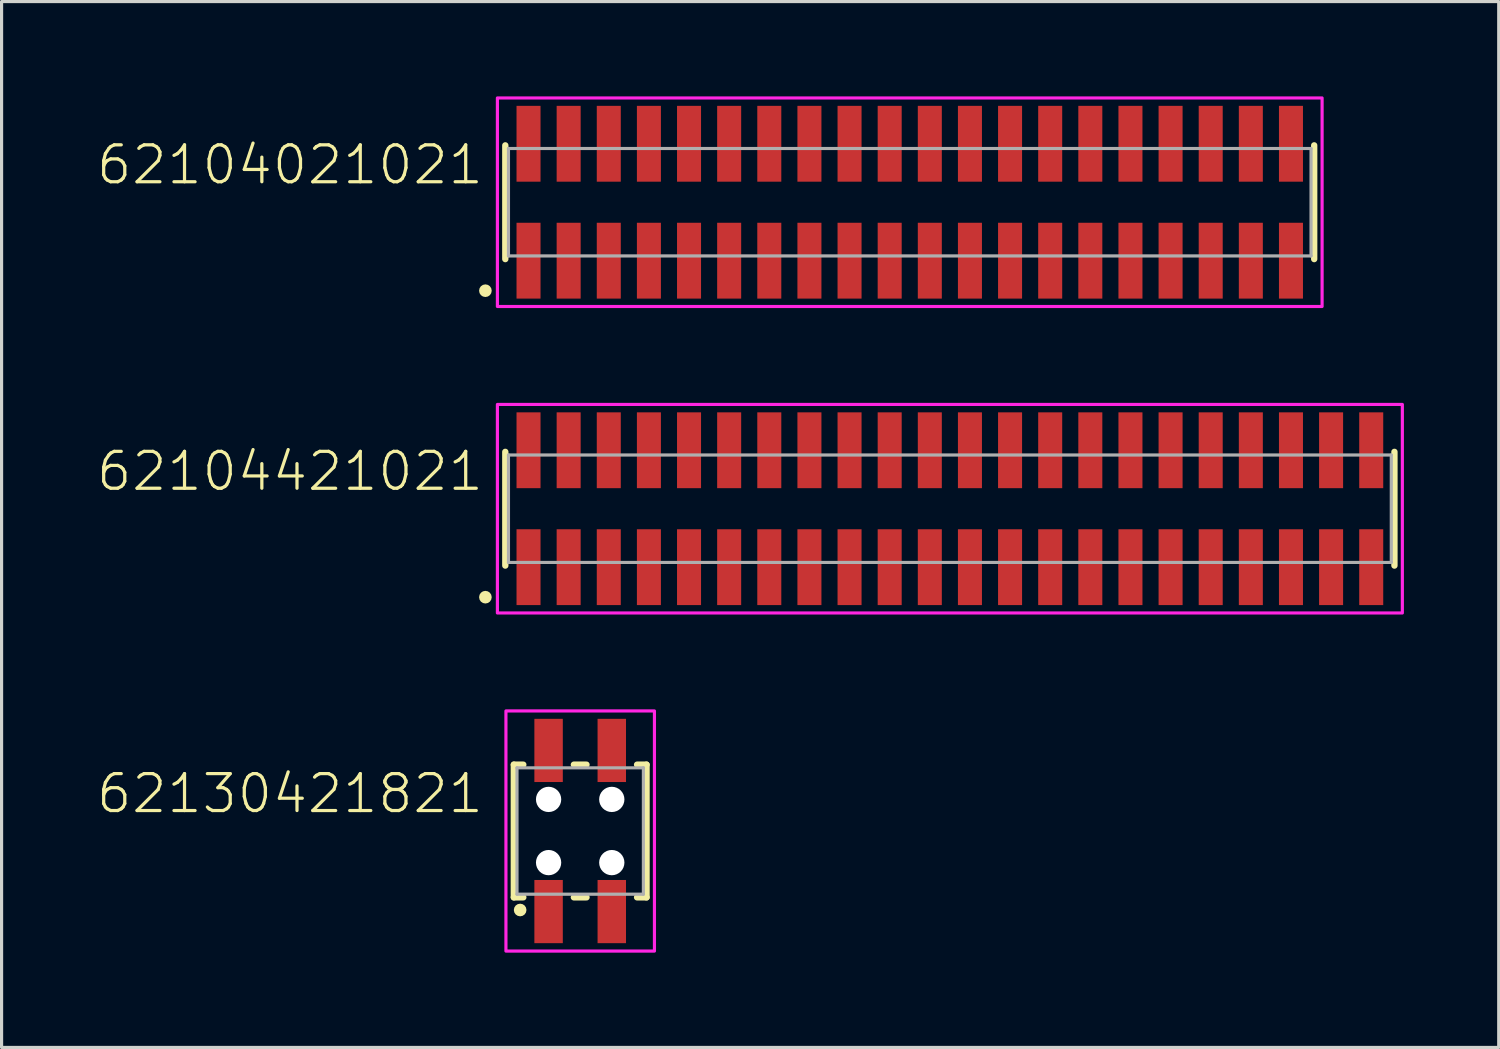
<source format=kicad_pcb>
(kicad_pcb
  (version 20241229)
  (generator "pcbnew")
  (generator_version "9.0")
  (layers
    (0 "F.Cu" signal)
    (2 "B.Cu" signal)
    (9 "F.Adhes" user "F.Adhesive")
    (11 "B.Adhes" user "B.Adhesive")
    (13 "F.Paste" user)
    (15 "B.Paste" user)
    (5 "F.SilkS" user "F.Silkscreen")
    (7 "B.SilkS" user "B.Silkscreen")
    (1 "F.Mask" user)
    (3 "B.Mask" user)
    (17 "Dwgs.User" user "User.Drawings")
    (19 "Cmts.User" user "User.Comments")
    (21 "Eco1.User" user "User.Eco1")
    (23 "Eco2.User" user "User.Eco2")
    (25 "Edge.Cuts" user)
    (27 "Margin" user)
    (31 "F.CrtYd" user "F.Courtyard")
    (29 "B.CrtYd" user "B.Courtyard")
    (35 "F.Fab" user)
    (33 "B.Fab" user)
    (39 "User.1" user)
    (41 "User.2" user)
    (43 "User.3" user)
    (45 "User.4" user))
  (footprint "62104421021"
    (layer "F.Cu")
    (at 27.012 13.05)
    (property "Reference" "62104421021" (at -14.7 -0.5 0) (unlocked yes) (layer "F.SilkS") (effects (font (size 1.168 1.168) (thickness 0.102)) (justify right bottom)))
    (fp_line (start -14.07 -1.8) (end -14.07 1.8) (stroke (width 0.2) (type solid)) (layer "F.SilkS"))
    (fp_line (start 14.07 1.8) (end 14.07 -1.8) (stroke (width 0.2) (type solid)) (layer "F.SilkS"))
    (fp_circle (center -14.7 2.8) (end -14.6 2.8) (stroke (width 0.2) (type solid)) (fill no) (layer "F.SilkS"))
    (fp_poly (pts (xy 14.32 3.3) (xy -14.32 3.3) (xy -14.32 -3.3) (xy 14.32 -3.3)) (stroke (width 0.1) (type default)) (fill no) (layer "F.CrtYd"))
    (fp_line (start -13.97 -1.7) (end -13.97 1.7) (stroke (width 0.1) (type solid)) (layer "F.Fab"))
    (fp_line (start -13.97 1.7) (end 13.97 1.7) (stroke (width 0.1) (type solid)) (layer "F.Fab"))
    (fp_line (start 13.97 -1.7) (end -13.97 -1.7) (stroke (width 0.1) (type solid)) (layer "F.Fab"))
    (fp_line (start 13.97 1.7) (end 13.97 -1.7) (stroke (width 0.1) (type solid)) (layer "F.Fab"))
    (pad "1" smd rect (at -13.335 1.85) (size 0.76 2.4) (layers "F.Cu" "F.Mask" "F.Paste"))
    (pad "2" smd rect (at -13.335 -1.85) (size 0.76 2.4) (layers "F.Cu" "F.Mask" "F.Paste"))
    (pad "3" smd rect (at -12.065 1.85) (size 0.76 2.4) (layers "F.Cu" "F.Mask" "F.Paste"))
    (pad "4" smd rect (at -12.065 -1.85) (size 0.76 2.4) (layers "F.Cu" "F.Mask" "F.Paste"))
    (pad "5" smd rect (at -10.795 1.85) (size 0.76 2.4) (layers "F.Cu" "F.Mask" "F.Paste"))
    (pad "6" smd rect (at -10.795 -1.85) (size 0.76 2.4) (layers "F.Cu" "F.Mask" "F.Paste"))
    (pad "7" smd rect (at -9.525 1.85) (size 0.76 2.4) (layers "F.Cu" "F.Mask" "F.Paste"))
    (pad "8" smd rect (at -9.525 -1.85) (size 0.76 2.4) (layers "F.Cu" "F.Mask" "F.Paste"))
    (pad "9" smd rect (at -8.255 1.85) (size 0.76 2.4) (layers "F.Cu" "F.Mask" "F.Paste"))
    (pad "10" smd rect (at -8.255 -1.85) (size 0.76 2.4) (layers "F.Cu" "F.Mask" "F.Paste"))
    (pad "11" smd rect (at -6.985 1.85) (size 0.76 2.4) (layers "F.Cu" "F.Mask" "F.Paste"))
    (pad "12" smd rect (at -6.985 -1.85) (size 0.76 2.4) (layers "F.Cu" "F.Mask" "F.Paste"))
    (pad "13" smd rect (at -5.715 1.85) (size 0.76 2.4) (layers "F.Cu" "F.Mask" "F.Paste"))
    (pad "14" smd rect (at -5.715 -1.85) (size 0.76 2.4) (layers "F.Cu" "F.Mask" "F.Paste"))
    (pad "15" smd rect (at -4.445 1.85) (size 0.76 2.4) (layers "F.Cu" "F.Mask" "F.Paste"))
    (pad "16" smd rect (at -4.445 -1.85) (size 0.76 2.4) (layers "F.Cu" "F.Mask" "F.Paste"))
    (pad "17" smd rect (at -3.175 1.85) (size 0.76 2.4) (layers "F.Cu" "F.Mask" "F.Paste"))
    (pad "18" smd rect (at -3.175 -1.85) (size 0.76 2.4) (layers "F.Cu" "F.Mask" "F.Paste"))
    (pad "19" smd rect (at -1.905 1.85) (size 0.76 2.4) (layers "F.Cu" "F.Mask" "F.Paste"))
    (pad "20" smd rect (at -1.905 -1.85) (size 0.76 2.4) (layers "F.Cu" "F.Mask" "F.Paste"))
    (pad "21" smd rect (at -0.635 1.85) (size 0.76 2.4) (layers "F.Cu" "F.Mask" "F.Paste"))
    (pad "22" smd rect (at -0.635 -1.85) (size 0.76 2.4) (layers "F.Cu" "F.Mask" "F.Paste"))
    (pad "23" smd rect (at 0.635 1.85) (size 0.76 2.4) (layers "F.Cu" "F.Mask" "F.Paste"))
    (pad "24" smd rect (at 0.635 -1.85) (size 0.76 2.4) (layers "F.Cu" "F.Mask" "F.Paste"))
    (pad "25" smd rect (at 1.905 1.85) (size 0.76 2.4) (layers "F.Cu" "F.Mask" "F.Paste"))
    (pad "26" smd rect (at 1.905 -1.85) (size 0.76 2.4) (layers "F.Cu" "F.Mask" "F.Paste"))
    (pad "27" smd rect (at 3.175 1.85) (size 0.76 2.4) (layers "F.Cu" "F.Mask" "F.Paste"))
    (pad "28" smd rect (at 3.175 -1.85) (size 0.76 2.4) (layers "F.Cu" "F.Mask" "F.Paste"))
    (pad "29" smd rect (at 4.445 1.85) (size 0.76 2.4) (layers "F.Cu" "F.Mask" "F.Paste"))
    (pad "30" smd rect (at 4.445 -1.85) (size 0.76 2.4) (layers "F.Cu" "F.Mask" "F.Paste"))
    (pad "31" smd rect (at 5.715 1.85) (size 0.76 2.4) (layers "F.Cu" "F.Mask" "F.Paste"))
    (pad "32" smd rect (at 5.715 -1.85) (size 0.76 2.4) (layers "F.Cu" "F.Mask" "F.Paste"))
    (pad "33" smd rect (at 6.985 1.85) (size 0.76 2.4) (layers "F.Cu" "F.Mask" "F.Paste"))
    (pad "34" smd rect (at 6.985 -1.85) (size 0.76 2.4) (layers "F.Cu" "F.Mask" "F.Paste"))
    (pad "35" smd rect (at 8.255 1.85) (size 0.76 2.4) (layers "F.Cu" "F.Mask" "F.Paste"))
    (pad "36" smd rect (at 8.255 -1.85) (size 0.76 2.4) (layers "F.Cu" "F.Mask" "F.Paste"))
    (pad "37" smd rect (at 9.525 1.85) (size 0.76 2.4) (layers "F.Cu" "F.Mask" "F.Paste"))
    (pad "38" smd rect (at 9.525 -1.85) (size 0.76 2.4) (layers "F.Cu" "F.Mask" "F.Paste"))
    (pad "39" smd rect (at 10.795 1.85) (size 0.76 2.4) (layers "F.Cu" "F.Mask" "F.Paste"))
    (pad "40" smd rect (at 10.795 -1.85) (size 0.76 2.4) (layers "F.Cu" "F.Mask" "F.Paste"))
    (pad "41" smd rect (at 12.065 1.85) (size 0.76 2.4) (layers "F.Cu" "F.Mask" "F.Paste"))
    (pad "42" smd rect (at 12.065 -1.85) (size 0.76 2.4) (layers "F.Cu" "F.Mask" "F.Paste"))
    (pad "43" smd rect (at 13.335 1.85) (size 0.76 2.4) (layers "F.Cu" "F.Mask" "F.Paste"))
    (pad "44" smd rect (at 13.335 -1.85) (size 0.76 2.4) (layers "F.Cu" "F.Mask" "F.Paste")))
  (footprint "62104021021"
    (layer "F.Cu")
    (at 25.742 3.35)
    (property "Reference" "62104021021" (at -13.43 -0.5 0) (unlocked yes) (layer "F.SilkS") (effects (font (size 1.168 1.168) (thickness 0.102)) (justify right bottom)))
    (fp_line (start -12.8 -1.8) (end -12.8 1.8) (stroke (width 0.2) (type solid)) (layer "F.SilkS"))
    (fp_line (start 12.8 1.8) (end 12.8 -1.8) (stroke (width 0.2) (type solid)) (layer "F.SilkS"))
    (fp_circle (center -13.43 2.8) (end -13.33 2.8) (stroke (width 0.2) (type solid)) (fill no) (layer "F.SilkS"))
    (fp_poly (pts (xy 13.05 3.3) (xy -13.05 3.3) (xy -13.05 -3.3) (xy 13.05 -3.3)) (stroke (width 0.1) (type default)) (fill no) (layer "F.CrtYd"))
    (fp_line (start -12.7 -1.7) (end -12.7 1.7) (stroke (width 0.1) (type solid)) (layer "F.Fab"))
    (fp_line (start -12.7 1.7) (end 12.7 1.7) (stroke (width 0.1) (type solid)) (layer "F.Fab"))
    (fp_line (start 12.7 -1.7) (end -12.7 -1.7) (stroke (width 0.1) (type solid)) (layer "F.Fab"))
    (fp_line (start 12.7 1.7) (end 12.7 -1.7) (stroke (width 0.1) (type solid)) (layer "F.Fab"))
    (pad "1" smd rect (at -12.065 1.85) (size 0.76 2.4) (layers "F.Cu" "F.Mask" "F.Paste"))
    (pad "2" smd rect (at -12.065 -1.85) (size 0.76 2.4) (layers "F.Cu" "F.Mask" "F.Paste"))
    (pad "3" smd rect (at -10.795 1.85) (size 0.76 2.4) (layers "F.Cu" "F.Mask" "F.Paste"))
    (pad "4" smd rect (at -10.795 -1.85) (size 0.76 2.4) (layers "F.Cu" "F.Mask" "F.Paste"))
    (pad "5" smd rect (at -9.525 1.85) (size 0.76 2.4) (layers "F.Cu" "F.Mask" "F.Paste"))
    (pad "6" smd rect (at -9.525 -1.85) (size 0.76 2.4) (layers "F.Cu" "F.Mask" "F.Paste"))
    (pad "7" smd rect (at -8.255 1.85) (size 0.76 2.4) (layers "F.Cu" "F.Mask" "F.Paste"))
    (pad "8" smd rect (at -8.255 -1.85) (size 0.76 2.4) (layers "F.Cu" "F.Mask" "F.Paste"))
    (pad "9" smd rect (at -6.985 1.85) (size 0.76 2.4) (layers "F.Cu" "F.Mask" "F.Paste"))
    (pad "10" smd rect (at -6.985 -1.85) (size 0.76 2.4) (layers "F.Cu" "F.Mask" "F.Paste"))
    (pad "11" smd rect (at -5.715 1.85) (size 0.76 2.4) (layers "F.Cu" "F.Mask" "F.Paste"))
    (pad "12" smd rect (at -5.715 -1.85) (size 0.76 2.4) (layers "F.Cu" "F.Mask" "F.Paste"))
    (pad "13" smd rect (at -4.445 1.85) (size 0.76 2.4) (layers "F.Cu" "F.Mask" "F.Paste"))
    (pad "14" smd rect (at -4.445 -1.85) (size 0.76 2.4) (layers "F.Cu" "F.Mask" "F.Paste"))
    (pad "15" smd rect (at -3.175 1.85) (size 0.76 2.4) (layers "F.Cu" "F.Mask" "F.Paste"))
    (pad "16" smd rect (at -3.175 -1.85) (size 0.76 2.4) (layers "F.Cu" "F.Mask" "F.Paste"))
    (pad "17" smd rect (at -1.905 1.85) (size 0.76 2.4) (layers "F.Cu" "F.Mask" "F.Paste"))
    (pad "18" smd rect (at -1.905 -1.85) (size 0.76 2.4) (layers "F.Cu" "F.Mask" "F.Paste"))
    (pad "19" smd rect (at -0.635 1.85) (size 0.76 2.4) (layers "F.Cu" "F.Mask" "F.Paste"))
    (pad "20" smd rect (at -0.635 -1.85) (size 0.76 2.4) (layers "F.Cu" "F.Mask" "F.Paste"))
    (pad "21" smd rect (at 0.635 1.85) (size 0.76 2.4) (layers "F.Cu" "F.Mask" "F.Paste"))
    (pad "22" smd rect (at 0.635 -1.85) (size 0.76 2.4) (layers "F.Cu" "F.Mask" "F.Paste"))
    (pad "23" smd rect (at 1.905 1.85) (size 0.76 2.4) (layers "F.Cu" "F.Mask" "F.Paste"))
    (pad "24" smd rect (at 1.905 -1.85) (size 0.76 2.4) (layers "F.Cu" "F.Mask" "F.Paste"))
    (pad "25" smd rect (at 3.175 1.85) (size 0.76 2.4) (layers "F.Cu" "F.Mask" "F.Paste"))
    (pad "26" smd rect (at 3.175 -1.85) (size 0.76 2.4) (layers "F.Cu" "F.Mask" "F.Paste"))
    (pad "27" smd rect (at 4.445 1.85) (size 0.76 2.4) (layers "F.Cu" "F.Mask" "F.Paste"))
    (pad "28" smd rect (at 4.445 -1.85) (size 0.76 2.4) (layers "F.Cu" "F.Mask" "F.Paste"))
    (pad "29" smd rect (at 5.715 1.85) (size 0.76 2.4) (layers "F.Cu" "F.Mask" "F.Paste"))
    (pad "30" smd rect (at 5.715 -1.85) (size 0.76 2.4) (layers "F.Cu" "F.Mask" "F.Paste"))
    (pad "31" smd rect (at 6.985 1.85) (size 0.76 2.4) (layers "F.Cu" "F.Mask" "F.Paste"))
    (pad "32" smd rect (at 6.985 -1.85) (size 0.76 2.4) (layers "F.Cu" "F.Mask" "F.Paste"))
    (pad "33" smd rect (at 8.255 1.85) (size 0.76 2.4) (layers "F.Cu" "F.Mask" "F.Paste"))
    (pad "34" smd rect (at 8.255 -1.85) (size 0.76 2.4) (layers "F.Cu" "F.Mask" "F.Paste"))
    (pad "35" smd rect (at 9.525 1.85) (size 0.76 2.4) (layers "F.Cu" "F.Mask" "F.Paste"))
    (pad "36" smd rect (at 9.525 -1.85) (size 0.76 2.4) (layers "F.Cu" "F.Mask" "F.Paste"))
    (pad "37" smd rect (at 10.795 1.85) (size 0.76 2.4) (layers "F.Cu" "F.Mask" "F.Paste"))
    (pad "38" smd rect (at 10.795 -1.85) (size 0.76 2.4) (layers "F.Cu" "F.Mask" "F.Paste"))
    (pad "39" smd rect (at 12.065 1.85) (size 0.76 2.4) (layers "F.Cu" "F.Mask" "F.Paste"))
    (pad "40" smd rect (at 12.065 -1.85) (size 0.76 2.4) (layers "F.Cu" "F.Mask" "F.Paste")))
  (footprint "62130421821"
    (layer "F.Cu")
    (at 15.312 23.25)
    (property "Reference" "62130421821" (at -3 -0.5 0) (unlocked yes) (layer "F.SilkS") (effects (font (size 1.168 1.168) (thickness 0.102)) (justify right bottom)))
    (fp_line (start -2.1 -2.1) (end -2.1 2.1) (stroke (width 0.2) (type solid)) (layer "F.SilkS"))
    (fp_line (start -2.1 2.1) (end -1.8 2.1) (stroke (width 0.2) (type solid)) (layer "F.SilkS"))
    (fp_line (start -1.8 -2.1) (end -2.1 -2.1) (stroke (width 0.2) (type solid)) (layer "F.SilkS"))
    (fp_line (start -0.2 -2.1) (end 0.2 -2.1) (stroke (width 0.2) (type solid)) (layer "F.SilkS"))
    (fp_line (start -0.2 2.1) (end 0.2 2.1) (stroke (width 0.2) (type solid)) (layer "F.SilkS"))
    (fp_line (start 1.8 -2.1) (end 2.1 -2.1) (stroke (width 0.2) (type solid)) (layer "F.SilkS"))
    (fp_line (start 2.1 -2.1) (end 2.1 2.1) (stroke (width 0.2) (type solid)) (layer "F.SilkS"))
    (fp_line (start 2.1 2.1) (end 1.8 2.1) (stroke (width 0.2) (type solid)) (layer "F.SilkS"))
    (fp_circle (center -1.9 2.5) (end -1.8 2.5) (stroke (width 0.2) (type solid)) (fill no) (layer "F.SilkS"))
    (fp_poly (pts (xy 2.35 3.8) (xy -2.35 3.8) (xy -2.35 -3.8) (xy 2.35 -3.8)) (stroke (width 0.1) (type default)) (fill no) (layer "F.CrtYd"))
    (fp_line (start -2 -2) (end 2 -2) (stroke (width 0.1) (type solid)) (layer "F.Fab"))
    (fp_line (start -2 2) (end -2 -2) (stroke (width 0.1) (type solid)) (layer "F.Fab"))
    (fp_line (start 2 -2) (end 2 2) (stroke (width 0.1) (type solid)) (layer "F.Fab"))
    (fp_line (start 2 2) (end -2 2) (stroke (width 0.1) (type solid)) (layer "F.Fab"))
    (pad "" np_thru_hole circle (at -1 -1) (size 0.8 0.8) (drill 0.8) (layers "*.Cu" "*.Mask"))
    (pad "" np_thru_hole circle (at -1 1) (size 0.8 0.8) (drill 0.8) (layers "*.Cu" "*.Mask"))
    (pad "" np_thru_hole circle (at 1 -1) (size 0.8 0.8) (drill 0.8) (layers "*.Cu" "*.Mask"))
    (pad "" np_thru_hole circle (at 1 1) (size 0.8 0.8) (drill 0.8) (layers "*.Cu" "*.Mask"))
    (pad "1" smd rect (at -1 2.55) (size 0.9 2) (layers "F.Cu" "F.Mask" "F.Paste"))
    (pad "2" smd rect (at -1 -2.55) (size 0.9 2) (layers "F.Cu" "F.Mask" "F.Paste"))
    (pad "3" smd rect (at 1 2.55) (size 0.9 2) (layers "F.Cu" "F.Mask" "F.Paste"))
    (pad "4" smd rect (at 1 -2.55) (size 0.9 2) (layers "F.Cu" "F.Mask" "F.Paste")))
  (gr_rect
    (start -3 -3)
    (end 44.382 30.1)
    (stroke (width 0.1) (type default))
    (fill no)
    (layer "Edge.Cuts")))
</source>
